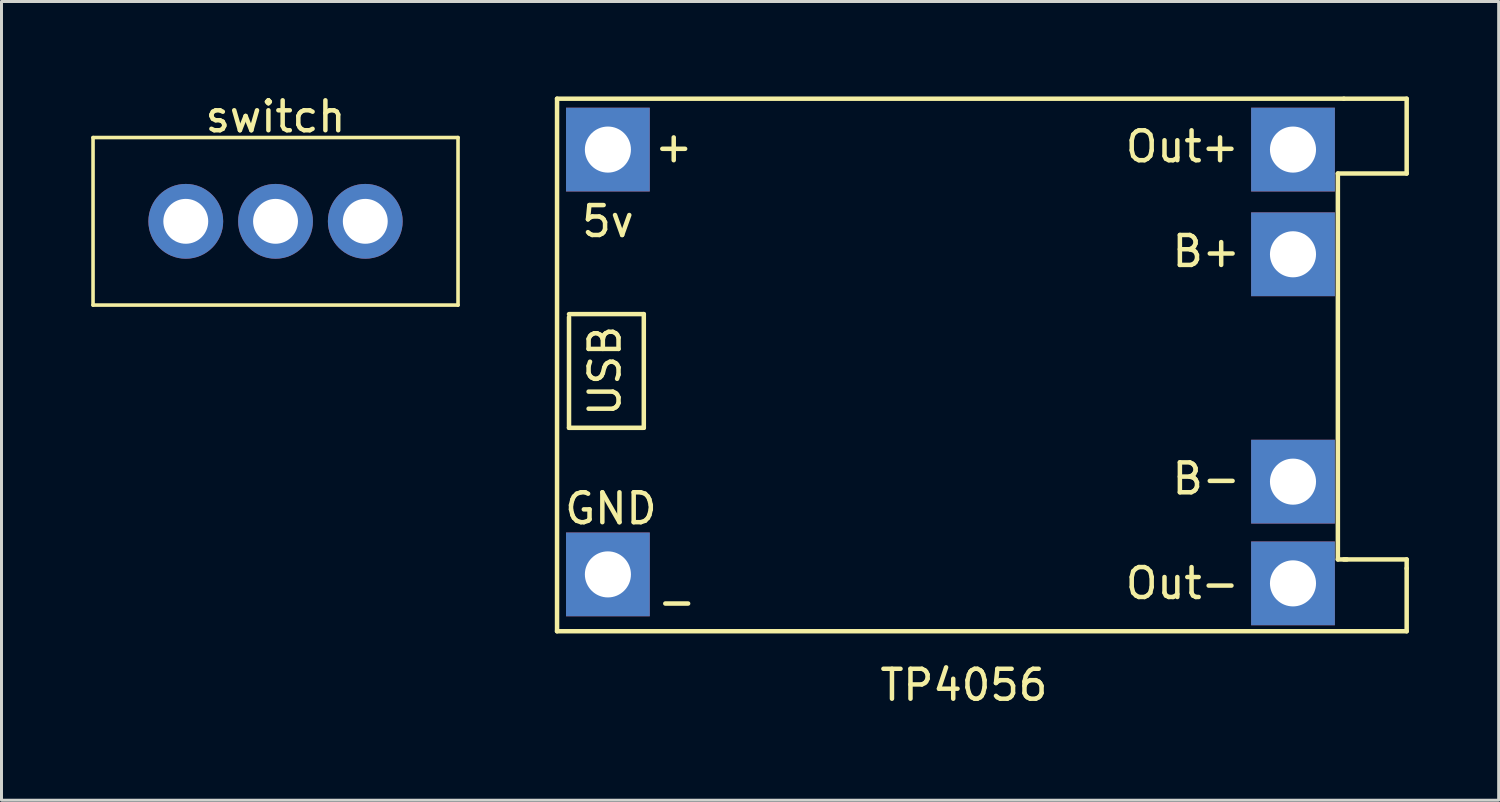
<source format=kicad_pcb>
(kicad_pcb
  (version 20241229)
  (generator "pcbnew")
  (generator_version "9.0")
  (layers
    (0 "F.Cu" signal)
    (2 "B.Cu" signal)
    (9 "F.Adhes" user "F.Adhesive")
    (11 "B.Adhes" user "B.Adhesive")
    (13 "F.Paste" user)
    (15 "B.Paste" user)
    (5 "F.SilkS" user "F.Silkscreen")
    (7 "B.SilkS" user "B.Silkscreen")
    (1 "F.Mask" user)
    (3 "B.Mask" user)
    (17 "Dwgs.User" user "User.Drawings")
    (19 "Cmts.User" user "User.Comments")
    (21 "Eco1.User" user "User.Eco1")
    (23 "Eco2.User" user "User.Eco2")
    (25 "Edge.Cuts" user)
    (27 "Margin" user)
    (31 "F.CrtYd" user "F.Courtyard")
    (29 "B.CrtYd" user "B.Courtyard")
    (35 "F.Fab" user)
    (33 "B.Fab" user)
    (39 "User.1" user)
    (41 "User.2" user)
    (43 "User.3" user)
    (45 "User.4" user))
  (footprint "TP4056"
    (layer "F.Cu")
    (at 15.57 0.25)
    (property "Reference" "TP4056" (at 13.6 19.6 0) (layer "F.SilkS") (effects (font (size 1 1) (thickness 0.15))))
    (attr through_hole)
    (fp_line (start 0 0) (end 26.3 0) (stroke (width 0.15) (type solid)) (layer "F.SilkS"))
    (fp_line (start 0 17.8) (end 0 0) (stroke (width 0.15) (type solid)) (layer "F.SilkS"))
    (fp_line (start 0.4 7.2) (end 2.9 7.2) (stroke (width 0.15) (type solid)) (layer "F.SilkS"))
    (fp_line (start 0.4 11) (end 0.4 7.3) (stroke (width 0.15) (type solid)) (layer "F.SilkS"))
    (fp_line (start 2.9 7.2) (end 2.9 11) (stroke (width 0.15) (type solid)) (layer "F.SilkS"))
    (fp_line (start 2.9 11) (end 0.4 11) (stroke (width 0.15) (type solid)) (layer "F.SilkS"))
    (fp_line (start 26.1 2.5) (end 26.1 15.4) (stroke (width 0.15) (type solid)) (layer "F.SilkS"))
    (fp_line (start 26.1 15.4) (end 26.4 15.4) (stroke (width 0.15) (type solid)) (layer "F.SilkS"))
    (fp_line (start 26.3 0) (end 28.4 0) (stroke (width 0.15) (type solid)) (layer "F.SilkS"))
    (fp_line (start 26.3 15.4) (end 28.4 15.4) (stroke (width 0.15) (type solid)) (layer "F.SilkS"))
    (fp_line (start 28.4 0) (end 28.4 2.5) (stroke (width 0.15) (type solid)) (layer "F.SilkS"))
    (fp_line (start 28.4 2.5) (end 26.1 2.5) (stroke (width 0.15) (type solid)) (layer "F.SilkS"))
    (fp_line (start 28.4 15.4) (end 28.4 15.7) (stroke (width 0.15) (type solid)) (layer "F.SilkS"))
    (fp_line (start 28.4 15.7) (end 28.4 17.8) (stroke (width 0.15) (type solid)) (layer "F.SilkS"))
    (fp_line (start 28.4 17.8) (end 0 17.8) (stroke (width 0.15) (type solid)) (layer "F.SilkS"))
    (fp_text user "Out-" (at 20.9 16.2 0) (layer "F.SilkS") (effects (font (size 1 1) (thickness 0.15))))
    (fp_text user "5v" (at 1.7 4.1 0) (layer "F.SilkS") (effects (font (size 1 1) (thickness 0.15))))
    (fp_text user "B-" (at 21.7 12.7 0) (layer "F.SilkS") (effects (font (size 1 1) (thickness 0.15))))
    (fp_text user "-" (at 4 16.8 0) (layer "F.SilkS") (effects (font (size 1 1) (thickness 0.15))))
    (fp_text user "GND" (at 1.8 13.7 0) (layer "F.SilkS") (effects (font (size 1 1) (thickness 0.15))))
    (fp_text user "USB" (at 1.6 9.1 90) (layer "F.SilkS") (effects (font (size 1 1) (thickness 0.15))))
    (fp_text user "Out+" (at 20.9 1.6 0) (layer "F.SilkS") (effects (font (size 1 1) (thickness 0.15))))
    (fp_text user "B+" (at 21.7 5.1 0) (layer "F.SilkS") (effects (font (size 1 1) (thickness 0.15))))
    (fp_text user "+" (at 3.9 1.6 0) (layer "F.SilkS") (effects (font (size 1 1) (thickness 0.15))))
    (pad "1" thru_hole rect (at 1.7 1.7) (size 2.8 2.8) (drill 1.54) (layers "*.Cu" "*.Mask"))
    (pad "2" thru_hole rect (at 1.7 15.9) (size 2.8 2.8) (drill 1.54) (layers "*.Cu" "*.Mask"))
    (pad "3" thru_hole rect (at 24.6 1.7) (size 2.8 2.8) (drill 1.54) (layers "*.Cu" "*.Mask"))
    (pad "4" thru_hole rect (at 24.6 16.2) (size 2.8 2.8) (drill 1.54) (layers "*.Cu" "*.Mask"))
    (pad "5" thru_hole rect (at 24.6 5.2) (size 2.8 2.8) (drill 1.54) (layers "*.Cu" "*.Mask"))
    (pad "6" thru_hole rect (at 24.6 12.8) (size 2.8 2.8) (drill 1.54) (layers "*.Cu" "*.Mask")))
  (footprint "switch"
    (layer "F.Cu")
    (at 6.16 4.348)
    (property "Reference" "switch" (at 0 -3.5 0) (layer "F.SilkS") (effects (font (size 1 1) (thickness 0.15))))
    (attr through_hole)
    (fp_line (start -6.1 -2.8) (end -6.1 2.8) (stroke (width 0.12) (type solid)) (layer "F.SilkS"))
    (fp_line (start 6.1 -2.8) (end -6.1 -2.8) (stroke (width 0.12) (type solid)) (layer "F.SilkS"))
    (fp_line (start 6.1 -2.8) (end 6.1 2.8) (stroke (width 0.12) (type solid)) (layer "F.SilkS"))
    (fp_line (start 6.1 2.8) (end -6.1 2.8) (stroke (width 0.12) (type solid)) (layer "F.SilkS"))
    (pad "1" thru_hole circle (at -3 0) (size 2.5 2.5) (drill 1.5) (layers "*.Cu" "*.Mask"))
    (pad "2" thru_hole circle (at 0 0) (size 2.5 2.5) (drill 1.5) (layers "*.Cu" "*.Mask"))
    (pad "3" thru_hole circle (at 3 0) (size 2.5 2.5) (drill 1.5) (layers "*.Cu" "*.Mask")))
  (gr_rect
    (start -3 -3)
    (end 47.045 23.698)
    (stroke (width 0.1) (type default))
    (fill no)
    (layer "Edge.Cuts")))
</source>
